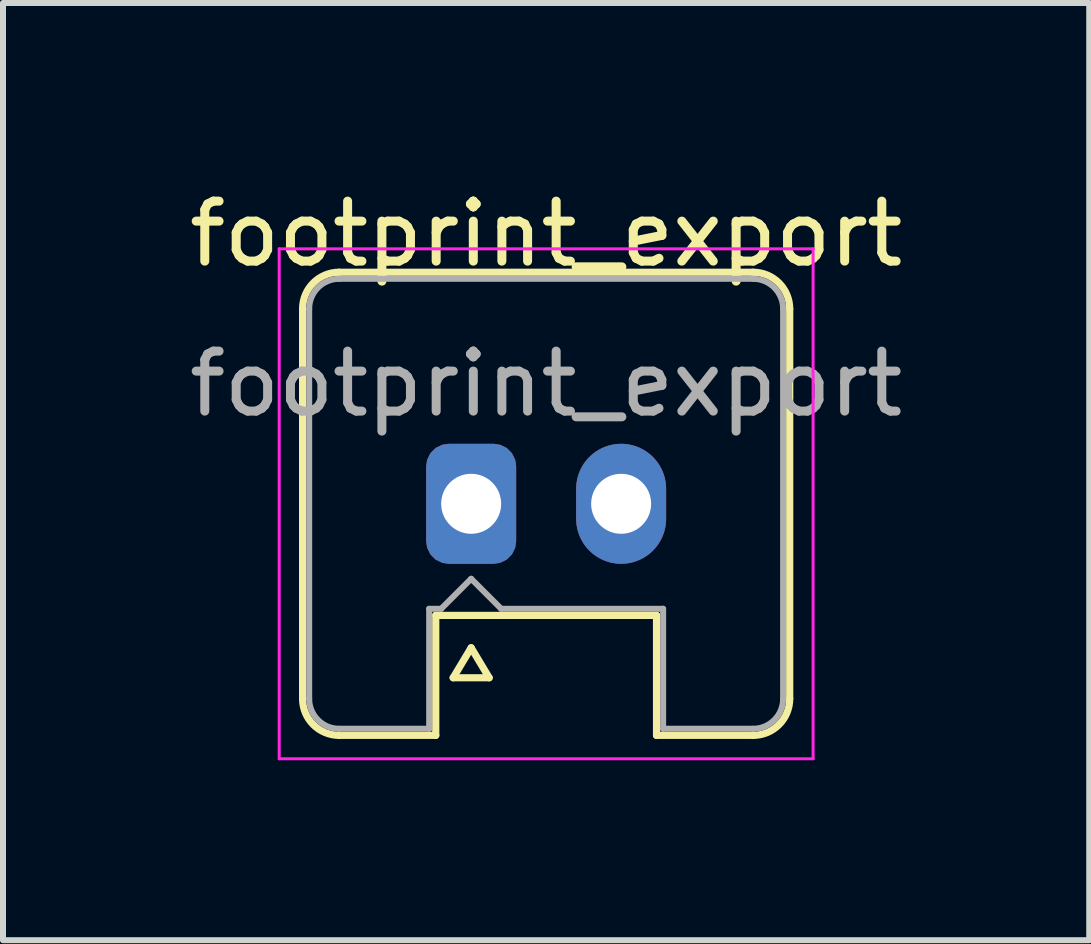
<source format=kicad_pcb>
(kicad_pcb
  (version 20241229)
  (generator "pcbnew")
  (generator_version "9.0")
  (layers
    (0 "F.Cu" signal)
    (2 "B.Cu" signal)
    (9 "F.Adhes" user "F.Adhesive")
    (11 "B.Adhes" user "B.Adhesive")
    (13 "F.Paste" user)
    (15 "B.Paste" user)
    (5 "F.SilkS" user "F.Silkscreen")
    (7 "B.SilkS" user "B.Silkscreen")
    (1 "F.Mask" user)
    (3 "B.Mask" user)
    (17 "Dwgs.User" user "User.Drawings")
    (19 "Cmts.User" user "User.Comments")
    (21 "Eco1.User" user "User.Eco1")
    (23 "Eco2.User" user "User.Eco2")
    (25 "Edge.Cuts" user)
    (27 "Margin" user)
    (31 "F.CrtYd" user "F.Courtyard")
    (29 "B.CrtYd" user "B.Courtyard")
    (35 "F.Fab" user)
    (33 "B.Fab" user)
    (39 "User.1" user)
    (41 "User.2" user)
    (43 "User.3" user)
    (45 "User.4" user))
  (footprint "footprint_export"
    (layer "F.Cu")
    (at 4.804 5.348)
    (property "Reference" "footprint_export" (at 1.25 -4.5 0) (layer "F.SilkS") (effects (font (size 1 1) (thickness 0.15))))
    (attr through_hole)
    (fp_line (start -2.81 -3.25) (end -2.81 3.25) (stroke (width 0.12) (type solid)) (layer "F.SilkS"))
    (fp_line (start -2.2 -3.86) (end 4.7 -3.86) (stroke (width 0.12) (type solid)) (layer "F.SilkS"))
    (fp_line (start -2.2 3.86) (end -0.59 3.86) (stroke (width 0.12) (type solid)) (layer "F.SilkS"))
    (fp_line (start -0.59 1.86) (end 3.09 1.86) (stroke (width 0.12) (type solid)) (layer "F.SilkS"))
    (fp_line (start -0.59 3.86) (end -0.59 1.86) (stroke (width 0.12) (type solid)) (layer "F.SilkS"))
    (fp_line (start -0.3 2.9) (end 0.3 2.9) (stroke (width 0.12) (type solid)) (layer "F.SilkS"))
    (fp_line (start 0 2.4) (end -0.3 2.9) (stroke (width 0.12) (type solid)) (layer "F.SilkS"))
    (fp_line (start 0.3 2.9) (end 0 2.4) (stroke (width 0.12) (type solid)) (layer "F.SilkS"))
    (fp_line (start 3.09 3.86) (end 3.09 1.86) (stroke (width 0.12) (type solid)) (layer "F.SilkS"))
    (fp_line (start 4.7 3.86) (end 3.09 3.86) (stroke (width 0.12) (type solid)) (layer "F.SilkS"))
    (fp_line (start 5.31 -3.25) (end 5.31 3.25) (stroke (width 0.12) (type solid)) (layer "F.SilkS"))
    (fp_arc (start -2.81 -3.25) (mid -2.631335 -3.681335) (end -2.2 -3.86) (stroke (width 0.12) (type solid)) (layer "F.SilkS"))
    (fp_arc (start -2.2 3.86) (mid -2.631335 3.681335) (end -2.81 3.25) (stroke (width 0.12) (type solid)) (layer "F.SilkS"))
    (fp_arc (start 4.7 -3.86) (mid 5.131335 -3.681335) (end 5.31 -3.25) (stroke (width 0.12) (type solid)) (layer "F.SilkS"))
    (fp_arc (start 5.31 3.25) (mid 5.131335 3.681335) (end 4.7 3.86) (stroke (width 0.12) (type solid)) (layer "F.SilkS"))
    (fp_line (start -3.2 -4.25) (end -3.2 4.25) (stroke (width 0.05) (type solid)) (layer "F.CrtYd"))
    (fp_line (start -3.2 4.25) (end 5.7 4.25) (stroke (width 0.05) (type solid)) (layer "F.CrtYd"))
    (fp_line (start 5.7 -4.25) (end -3.2 -4.25) (stroke (width 0.05) (type solid)) (layer "F.CrtYd"))
    (fp_line (start 5.7 4.25) (end 5.7 -4.25) (stroke (width 0.05) (type solid)) (layer "F.CrtYd"))
    (fp_line (start -2.7 -3.25) (end -2.7 3.25) (stroke (width 0.1) (type solid)) (layer "F.Fab"))
    (fp_line (start -2.2 -3.75) (end 4.7 -3.75) (stroke (width 0.1) (type solid)) (layer "F.Fab"))
    (fp_line (start -2.2 3.75) (end -0.7 3.75) (stroke (width 0.1) (type solid)) (layer "F.Fab"))
    (fp_line (start -0.7 1.75) (end -0.5 1.75) (stroke (width 0.1) (type solid)) (layer "F.Fab"))
    (fp_line (start -0.7 3.75) (end -0.7 1.75) (stroke (width 0.1) (type solid)) (layer "F.Fab"))
    (fp_line (start -0.5 1.75) (end 0 1.25) (stroke (width 0.1) (type solid)) (layer "F.Fab"))
    (fp_line (start 0 1.25) (end 0.5 1.75) (stroke (width 0.1) (type solid)) (layer "F.Fab"))
    (fp_line (start 0.5 1.75) (end 3.2 1.75) (stroke (width 0.1) (type solid)) (layer "F.Fab"))
    (fp_line (start 3.2 3.75) (end 3.2 1.75) (stroke (width 0.1) (type solid)) (layer "F.Fab"))
    (fp_line (start 4.7 3.75) (end 3.2 3.75) (stroke (width 0.1) (type solid)) (layer "F.Fab"))
    (fp_line (start 5.2 -3.25) (end 5.2 3.25) (stroke (width 0.1) (type solid)) (layer "F.Fab"))
    (fp_arc (start -2.7 -3.25) (mid -2.553553 -3.603553) (end -2.2 -3.75) (stroke (width 0.1) (type solid)) (layer "F.Fab"))
    (fp_arc (start -2.2 3.75) (mid -2.553553 3.603553) (end -2.7 3.25) (stroke (width 0.1) (type solid)) (layer "F.Fab"))
    (fp_arc (start 4.7 -3.75) (mid 5.053553 -3.603553) (end 5.2 -3.25) (stroke (width 0.1) (type solid)) (layer "F.Fab"))
    (fp_arc (start 5.2 3.25) (mid 5.053553 3.603553) (end 4.7 3.75) (stroke (width 0.1) (type solid)) (layer "F.Fab"))
    (fp_text user "${REFERENCE}" (at 1.25 -2 0) (layer "F.Fab") (effects (font (size 1 1) (thickness 0.15))))
    (pad "1" thru_hole roundrect (at 0 0) (size 1.5 2) (drill 1) (layers "*.Cu" "*.Mask") (roundrect_rratio 0.25))
    (pad "2" thru_hole oval (at 2.5 0) (size 1.5 2) (drill 1) (layers "*.Cu" "*.Mask")))
  (gr_rect
    (start -3 -3)
    (end 15.107 12.623)
    (stroke (width 0.1) (type default))
    (fill no)
    (layer "Edge.Cuts")))
</source>
